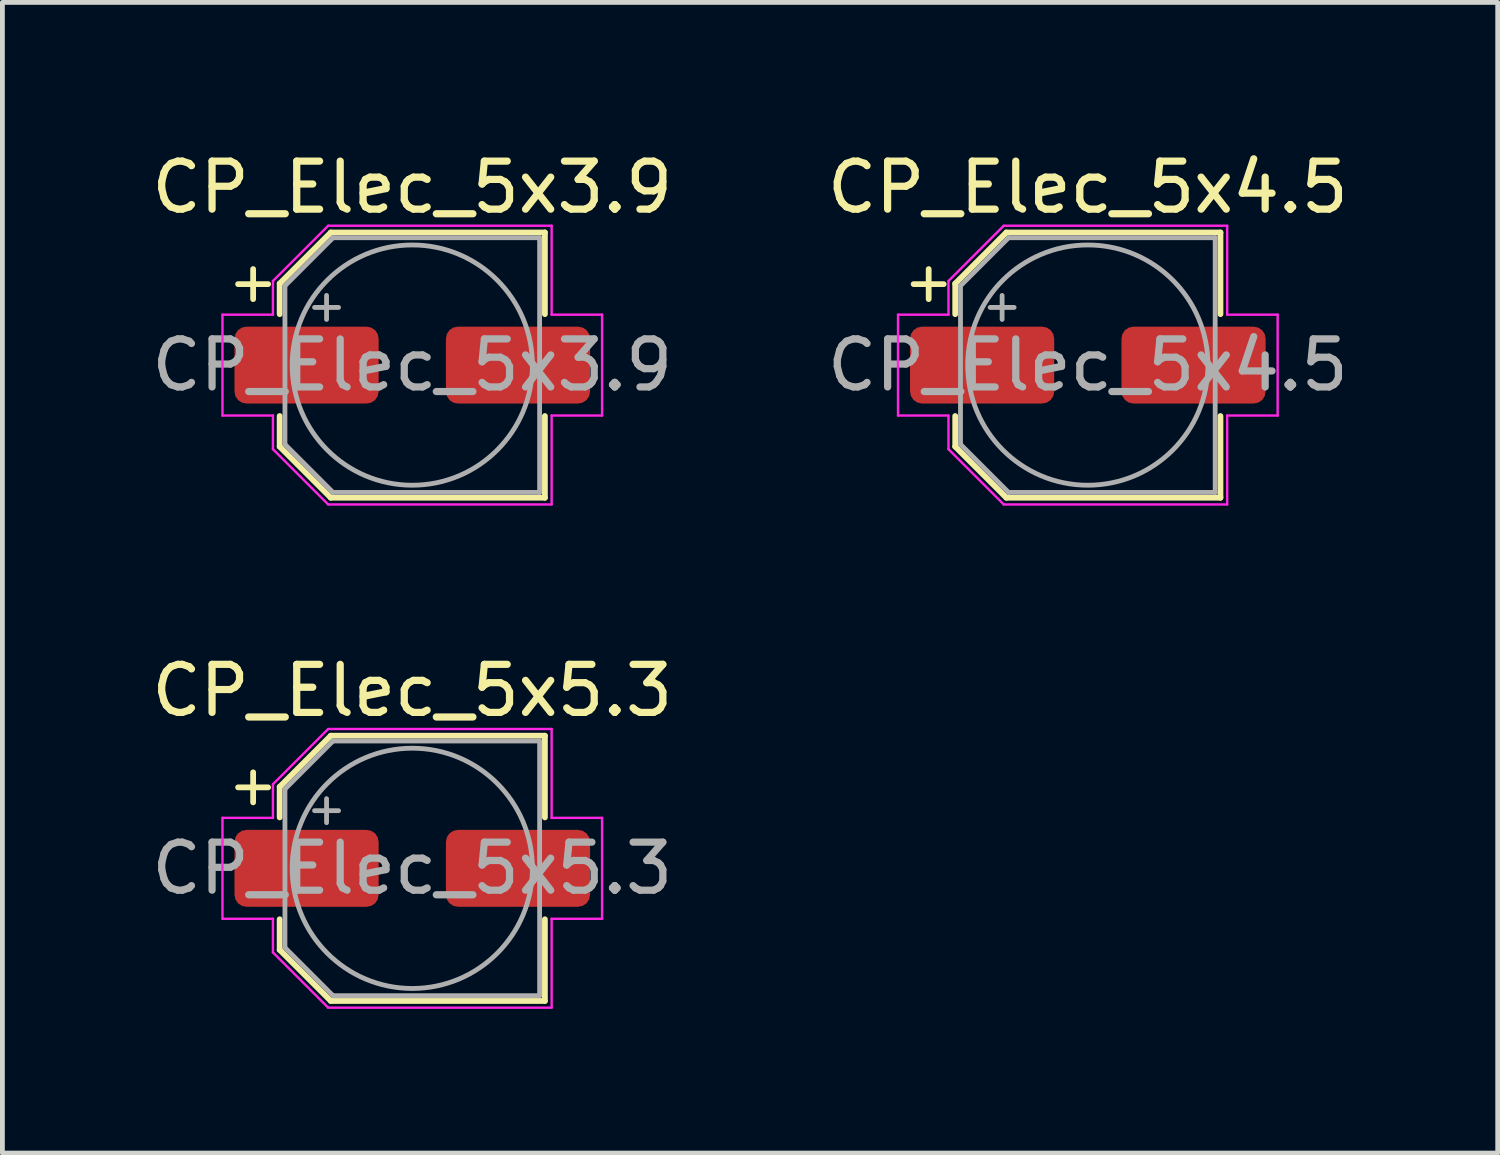
<source format=kicad_pcb>
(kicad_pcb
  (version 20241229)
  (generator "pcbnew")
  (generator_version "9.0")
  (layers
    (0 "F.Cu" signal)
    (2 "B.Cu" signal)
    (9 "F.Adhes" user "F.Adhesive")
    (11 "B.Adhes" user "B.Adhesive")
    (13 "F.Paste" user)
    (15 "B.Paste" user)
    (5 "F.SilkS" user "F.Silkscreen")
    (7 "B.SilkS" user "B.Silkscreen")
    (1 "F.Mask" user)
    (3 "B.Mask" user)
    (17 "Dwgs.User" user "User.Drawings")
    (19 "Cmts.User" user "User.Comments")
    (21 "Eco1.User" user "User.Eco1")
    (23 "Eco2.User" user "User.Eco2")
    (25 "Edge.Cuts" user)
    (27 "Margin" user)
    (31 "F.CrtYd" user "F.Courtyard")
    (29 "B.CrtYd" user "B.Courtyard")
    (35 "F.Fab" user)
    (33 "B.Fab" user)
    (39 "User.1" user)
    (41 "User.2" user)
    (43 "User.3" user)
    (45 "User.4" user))
  (footprint "CP_Elec_5x4.5"
    (layer "F.Cu")
    (at 19.589 4.548)
    (property "Reference" "CP_Elec_5x4.5" (at 0 -3.7 0) (layer "F.SilkS") (effects (font (size 1 1) (thickness 0.15))))
    (attr smd)
    (fp_line (start -3.625 -1.685) (end -3 -1.685) (stroke (width 0.12) (type solid)) (layer "F.SilkS"))
    (fp_line (start -3.312 -1.998) (end -3.312 -1.373) (stroke (width 0.12) (type solid)) (layer "F.SilkS"))
    (fp_line (start -2.76 -1.696) (end -2.76 -1.06) (stroke (width 0.12) (type solid)) (layer "F.SilkS"))
    (fp_line (start -2.76 -1.696) (end -1.696 -2.76) (stroke (width 0.12) (type solid)) (layer "F.SilkS"))
    (fp_line (start -2.76 1.696) (end -2.76 1.06) (stroke (width 0.12) (type solid)) (layer "F.SilkS"))
    (fp_line (start -2.76 1.696) (end -1.696 2.76) (stroke (width 0.12) (type solid)) (layer "F.SilkS"))
    (fp_line (start -1.696 -2.76) (end 2.76 -2.76) (stroke (width 0.12) (type solid)) (layer "F.SilkS"))
    (fp_line (start -1.696 2.76) (end 2.76 2.76) (stroke (width 0.12) (type solid)) (layer "F.SilkS"))
    (fp_line (start 2.76 -2.76) (end 2.76 -1.06) (stroke (width 0.12) (type solid)) (layer "F.SilkS"))
    (fp_line (start 2.76 2.76) (end 2.76 1.06) (stroke (width 0.12) (type solid)) (layer "F.SilkS"))
    (fp_line (start -3.95 -1.05) (end -3.95 1.05) (stroke (width 0.05) (type solid)) (layer "F.CrtYd"))
    (fp_line (start -3.95 1.05) (end -2.9 1.05) (stroke (width 0.05) (type solid)) (layer "F.CrtYd"))
    (fp_line (start -2.9 -1.75) (end -2.9 -1.05) (stroke (width 0.05) (type solid)) (layer "F.CrtYd"))
    (fp_line (start -2.9 -1.75) (end -1.75 -2.9) (stroke (width 0.05) (type solid)) (layer "F.CrtYd"))
    (fp_line (start -2.9 -1.05) (end -3.95 -1.05) (stroke (width 0.05) (type solid)) (layer "F.CrtYd"))
    (fp_line (start -2.9 1.05) (end -2.9 1.75) (stroke (width 0.05) (type solid)) (layer "F.CrtYd"))
    (fp_line (start -2.9 1.75) (end -1.75 2.9) (stroke (width 0.05) (type solid)) (layer "F.CrtYd"))
    (fp_line (start -1.75 -2.9) (end 2.9 -2.9) (stroke (width 0.05) (type solid)) (layer "F.CrtYd"))
    (fp_line (start -1.75 2.9) (end 2.9 2.9) (stroke (width 0.05) (type solid)) (layer "F.CrtYd"))
    (fp_line (start 2.9 -2.9) (end 2.9 -1.05) (stroke (width 0.05) (type solid)) (layer "F.CrtYd"))
    (fp_line (start 2.9 -1.05) (end 3.95 -1.05) (stroke (width 0.05) (type solid)) (layer "F.CrtYd"))
    (fp_line (start 2.9 1.05) (end 2.9 2.9) (stroke (width 0.05) (type solid)) (layer "F.CrtYd"))
    (fp_line (start 3.95 -1.05) (end 3.95 1.05) (stroke (width 0.05) (type solid)) (layer "F.CrtYd"))
    (fp_line (start 3.95 1.05) (end 2.9 1.05) (stroke (width 0.05) (type solid)) (layer "F.CrtYd"))
    (fp_line (start -2.65 -1.65) (end -2.65 1.65) (stroke (width 0.1) (type solid)) (layer "F.Fab"))
    (fp_line (start -2.65 -1.65) (end -1.65 -2.65) (stroke (width 0.1) (type solid)) (layer "F.Fab"))
    (fp_line (start -2.65 1.65) (end -1.65 2.65) (stroke (width 0.1) (type solid)) (layer "F.Fab"))
    (fp_line (start -2.034 -1.2) (end -1.534 -1.2) (stroke (width 0.1) (type solid)) (layer "F.Fab"))
    (fp_line (start -1.784 -1.45) (end -1.784 -0.95) (stroke (width 0.1) (type solid)) (layer "F.Fab"))
    (fp_line (start -1.65 -2.65) (end 2.65 -2.65) (stroke (width 0.1) (type solid)) (layer "F.Fab"))
    (fp_line (start -1.65 2.65) (end 2.65 2.65) (stroke (width 0.1) (type solid)) (layer "F.Fab"))
    (fp_line (start 2.65 -2.65) (end 2.65 2.65) (stroke (width 0.1) (type solid)) (layer "F.Fab"))
    (fp_circle (center 0 0) (end 2.5 0) (stroke (width 0.1) (type solid)) (fill no) (layer "F.Fab"))
    (fp_text user "${REFERENCE}" (at 0 0 0) (layer "F.Fab") (effects (font (size 1 1) (thickness 0.15))))
    (pad "1" smd roundrect (at -2.2 0) (size 3 1.6) (layers "F.Cu" "F.Mask" "F.Paste") (roundrect_rratio 0.156))
    (pad "2" smd roundrect (at 2.2 0) (size 3 1.6) (layers "F.Cu" "F.Mask" "F.Paste") (roundrect_rratio 0.156)))
  (footprint "CP_Elec_5x5.3"
    (layer "F.Cu")
    (at 5.53 15.021)
    (property "Reference" "CP_Elec_5x5.3" (at 0 -3.7 0) (layer "F.SilkS") (effects (font (size 1 1) (thickness 0.15))))
    (attr smd)
    (fp_line (start -3.625 -1.685) (end -3 -1.685) (stroke (width 0.12) (type solid)) (layer "F.SilkS"))
    (fp_line (start -3.312 -1.998) (end -3.312 -1.373) (stroke (width 0.12) (type solid)) (layer "F.SilkS"))
    (fp_line (start -2.76 -1.696) (end -2.76 -1.06) (stroke (width 0.12) (type solid)) (layer "F.SilkS"))
    (fp_line (start -2.76 -1.696) (end -1.696 -2.76) (stroke (width 0.12) (type solid)) (layer "F.SilkS"))
    (fp_line (start -2.76 1.696) (end -2.76 1.06) (stroke (width 0.12) (type solid)) (layer "F.SilkS"))
    (fp_line (start -2.76 1.696) (end -1.696 2.76) (stroke (width 0.12) (type solid)) (layer "F.SilkS"))
    (fp_line (start -1.696 -2.76) (end 2.76 -2.76) (stroke (width 0.12) (type solid)) (layer "F.SilkS"))
    (fp_line (start -1.696 2.76) (end 2.76 2.76) (stroke (width 0.12) (type solid)) (layer "F.SilkS"))
    (fp_line (start 2.76 -2.76) (end 2.76 -1.06) (stroke (width 0.12) (type solid)) (layer "F.SilkS"))
    (fp_line (start 2.76 2.76) (end 2.76 1.06) (stroke (width 0.12) (type solid)) (layer "F.SilkS"))
    (fp_line (start -3.95 -1.05) (end -3.95 1.05) (stroke (width 0.05) (type solid)) (layer "F.CrtYd"))
    (fp_line (start -3.95 1.05) (end -2.9 1.05) (stroke (width 0.05) (type solid)) (layer "F.CrtYd"))
    (fp_line (start -2.9 -1.75) (end -2.9 -1.05) (stroke (width 0.05) (type solid)) (layer "F.CrtYd"))
    (fp_line (start -2.9 -1.75) (end -1.75 -2.9) (stroke (width 0.05) (type solid)) (layer "F.CrtYd"))
    (fp_line (start -2.9 -1.05) (end -3.95 -1.05) (stroke (width 0.05) (type solid)) (layer "F.CrtYd"))
    (fp_line (start -2.9 1.05) (end -2.9 1.75) (stroke (width 0.05) (type solid)) (layer "F.CrtYd"))
    (fp_line (start -2.9 1.75) (end -1.75 2.9) (stroke (width 0.05) (type solid)) (layer "F.CrtYd"))
    (fp_line (start -1.75 -2.9) (end 2.9 -2.9) (stroke (width 0.05) (type solid)) (layer "F.CrtYd"))
    (fp_line (start -1.75 2.9) (end 2.9 2.9) (stroke (width 0.05) (type solid)) (layer "F.CrtYd"))
    (fp_line (start 2.9 -2.9) (end 2.9 -1.05) (stroke (width 0.05) (type solid)) (layer "F.CrtYd"))
    (fp_line (start 2.9 -1.05) (end 3.95 -1.05) (stroke (width 0.05) (type solid)) (layer "F.CrtYd"))
    (fp_line (start 2.9 1.05) (end 2.9 2.9) (stroke (width 0.05) (type solid)) (layer "F.CrtYd"))
    (fp_line (start 3.95 -1.05) (end 3.95 1.05) (stroke (width 0.05) (type solid)) (layer "F.CrtYd"))
    (fp_line (start 3.95 1.05) (end 2.9 1.05) (stroke (width 0.05) (type solid)) (layer "F.CrtYd"))
    (fp_line (start -2.65 -1.65) (end -2.65 1.65) (stroke (width 0.1) (type solid)) (layer "F.Fab"))
    (fp_line (start -2.65 -1.65) (end -1.65 -2.65) (stroke (width 0.1) (type solid)) (layer "F.Fab"))
    (fp_line (start -2.65 1.65) (end -1.65 2.65) (stroke (width 0.1) (type solid)) (layer "F.Fab"))
    (fp_line (start -2.034 -1.2) (end -1.534 -1.2) (stroke (width 0.1) (type solid)) (layer "F.Fab"))
    (fp_line (start -1.784 -1.45) (end -1.784 -0.95) (stroke (width 0.1) (type solid)) (layer "F.Fab"))
    (fp_line (start -1.65 -2.65) (end 2.65 -2.65) (stroke (width 0.1) (type solid)) (layer "F.Fab"))
    (fp_line (start -1.65 2.65) (end 2.65 2.65) (stroke (width 0.1) (type solid)) (layer "F.Fab"))
    (fp_line (start 2.65 -2.65) (end 2.65 2.65) (stroke (width 0.1) (type solid)) (layer "F.Fab"))
    (fp_circle (center 0 0) (end 2.5 0) (stroke (width 0.1) (type solid)) (fill no) (layer "F.Fab"))
    (fp_text user "${REFERENCE}" (at 0 0 0) (layer "F.Fab") (effects (font (size 1 1) (thickness 0.15))))
    (pad "1" smd roundrect (at -2.2 0) (size 3 1.6) (layers "F.Cu" "F.Mask" "F.Paste") (roundrect_rratio 0.156))
    (pad "2" smd roundrect (at 2.2 0) (size 3 1.6) (layers "F.Cu" "F.Mask" "F.Paste") (roundrect_rratio 0.156)))
  (footprint "CP_Elec_5x3.9"
    (layer "F.Cu")
    (at 5.53 4.548)
    (property "Reference" "CP_Elec_5x3.9" (at 0 -3.7 0) (layer "F.SilkS") (effects (font (size 1 1) (thickness 0.15))))
    (attr smd)
    (fp_line (start -3.625 -1.685) (end -3 -1.685) (stroke (width 0.12) (type solid)) (layer "F.SilkS"))
    (fp_line (start -3.312 -1.998) (end -3.312 -1.373) (stroke (width 0.12) (type solid)) (layer "F.SilkS"))
    (fp_line (start -2.76 -1.696) (end -2.76 -1.06) (stroke (width 0.12) (type solid)) (layer "F.SilkS"))
    (fp_line (start -2.76 -1.696) (end -1.696 -2.76) (stroke (width 0.12) (type solid)) (layer "F.SilkS"))
    (fp_line (start -2.76 1.696) (end -2.76 1.06) (stroke (width 0.12) (type solid)) (layer "F.SilkS"))
    (fp_line (start -2.76 1.696) (end -1.696 2.76) (stroke (width 0.12) (type solid)) (layer "F.SilkS"))
    (fp_line (start -1.696 -2.76) (end 2.76 -2.76) (stroke (width 0.12) (type solid)) (layer "F.SilkS"))
    (fp_line (start -1.696 2.76) (end 2.76 2.76) (stroke (width 0.12) (type solid)) (layer "F.SilkS"))
    (fp_line (start 2.76 -2.76) (end 2.76 -1.06) (stroke (width 0.12) (type solid)) (layer "F.SilkS"))
    (fp_line (start 2.76 2.76) (end 2.76 1.06) (stroke (width 0.12) (type solid)) (layer "F.SilkS"))
    (fp_line (start -3.95 -1.05) (end -3.95 1.05) (stroke (width 0.05) (type solid)) (layer "F.CrtYd"))
    (fp_line (start -3.95 1.05) (end -2.9 1.05) (stroke (width 0.05) (type solid)) (layer "F.CrtYd"))
    (fp_line (start -2.9 -1.75) (end -2.9 -1.05) (stroke (width 0.05) (type solid)) (layer "F.CrtYd"))
    (fp_line (start -2.9 -1.75) (end -1.75 -2.9) (stroke (width 0.05) (type solid)) (layer "F.CrtYd"))
    (fp_line (start -2.9 -1.05) (end -3.95 -1.05) (stroke (width 0.05) (type solid)) (layer "F.CrtYd"))
    (fp_line (start -2.9 1.05) (end -2.9 1.75) (stroke (width 0.05) (type solid)) (layer "F.CrtYd"))
    (fp_line (start -2.9 1.75) (end -1.75 2.9) (stroke (width 0.05) (type solid)) (layer "F.CrtYd"))
    (fp_line (start -1.75 -2.9) (end 2.9 -2.9) (stroke (width 0.05) (type solid)) (layer "F.CrtYd"))
    (fp_line (start -1.75 2.9) (end 2.9 2.9) (stroke (width 0.05) (type solid)) (layer "F.CrtYd"))
    (fp_line (start 2.9 -2.9) (end 2.9 -1.05) (stroke (width 0.05) (type solid)) (layer "F.CrtYd"))
    (fp_line (start 2.9 -1.05) (end 3.95 -1.05) (stroke (width 0.05) (type solid)) (layer "F.CrtYd"))
    (fp_line (start 2.9 1.05) (end 2.9 2.9) (stroke (width 0.05) (type solid)) (layer "F.CrtYd"))
    (fp_line (start 3.95 -1.05) (end 3.95 1.05) (stroke (width 0.05) (type solid)) (layer "F.CrtYd"))
    (fp_line (start 3.95 1.05) (end 2.9 1.05) (stroke (width 0.05) (type solid)) (layer "F.CrtYd"))
    (fp_line (start -2.65 -1.65) (end -2.65 1.65) (stroke (width 0.1) (type solid)) (layer "F.Fab"))
    (fp_line (start -2.65 -1.65) (end -1.65 -2.65) (stroke (width 0.1) (type solid)) (layer "F.Fab"))
    (fp_line (start -2.65 1.65) (end -1.65 2.65) (stroke (width 0.1) (type solid)) (layer "F.Fab"))
    (fp_line (start -2.034 -1.2) (end -1.534 -1.2) (stroke (width 0.1) (type solid)) (layer "F.Fab"))
    (fp_line (start -1.784 -1.45) (end -1.784 -0.95) (stroke (width 0.1) (type solid)) (layer "F.Fab"))
    (fp_line (start -1.65 -2.65) (end 2.65 -2.65) (stroke (width 0.1) (type solid)) (layer "F.Fab"))
    (fp_line (start -1.65 2.65) (end 2.65 2.65) (stroke (width 0.1) (type solid)) (layer "F.Fab"))
    (fp_line (start 2.65 -2.65) (end 2.65 2.65) (stroke (width 0.1) (type solid)) (layer "F.Fab"))
    (fp_circle (center 0 0) (end 2.5 0) (stroke (width 0.1) (type solid)) (fill no) (layer "F.Fab"))
    (fp_text user "${REFERENCE}" (at 0 0 0) (layer "F.Fab") (effects (font (size 1 1) (thickness 0.15))))
    (pad "1" smd roundrect (at -2.2 0) (size 3 1.6) (layers "F.Cu" "F.Mask" "F.Paste") (roundrect_rratio 0.156))
    (pad "2" smd roundrect (at 2.2 0) (size 3 1.6) (layers "F.Cu" "F.Mask" "F.Paste") (roundrect_rratio 0.156)))
  (gr_rect
    (start -3 -3)
    (end 28.119 20.947)
    (stroke (width 0.1) (type default))
    (fill no)
    (layer "Edge.Cuts")))
</source>
